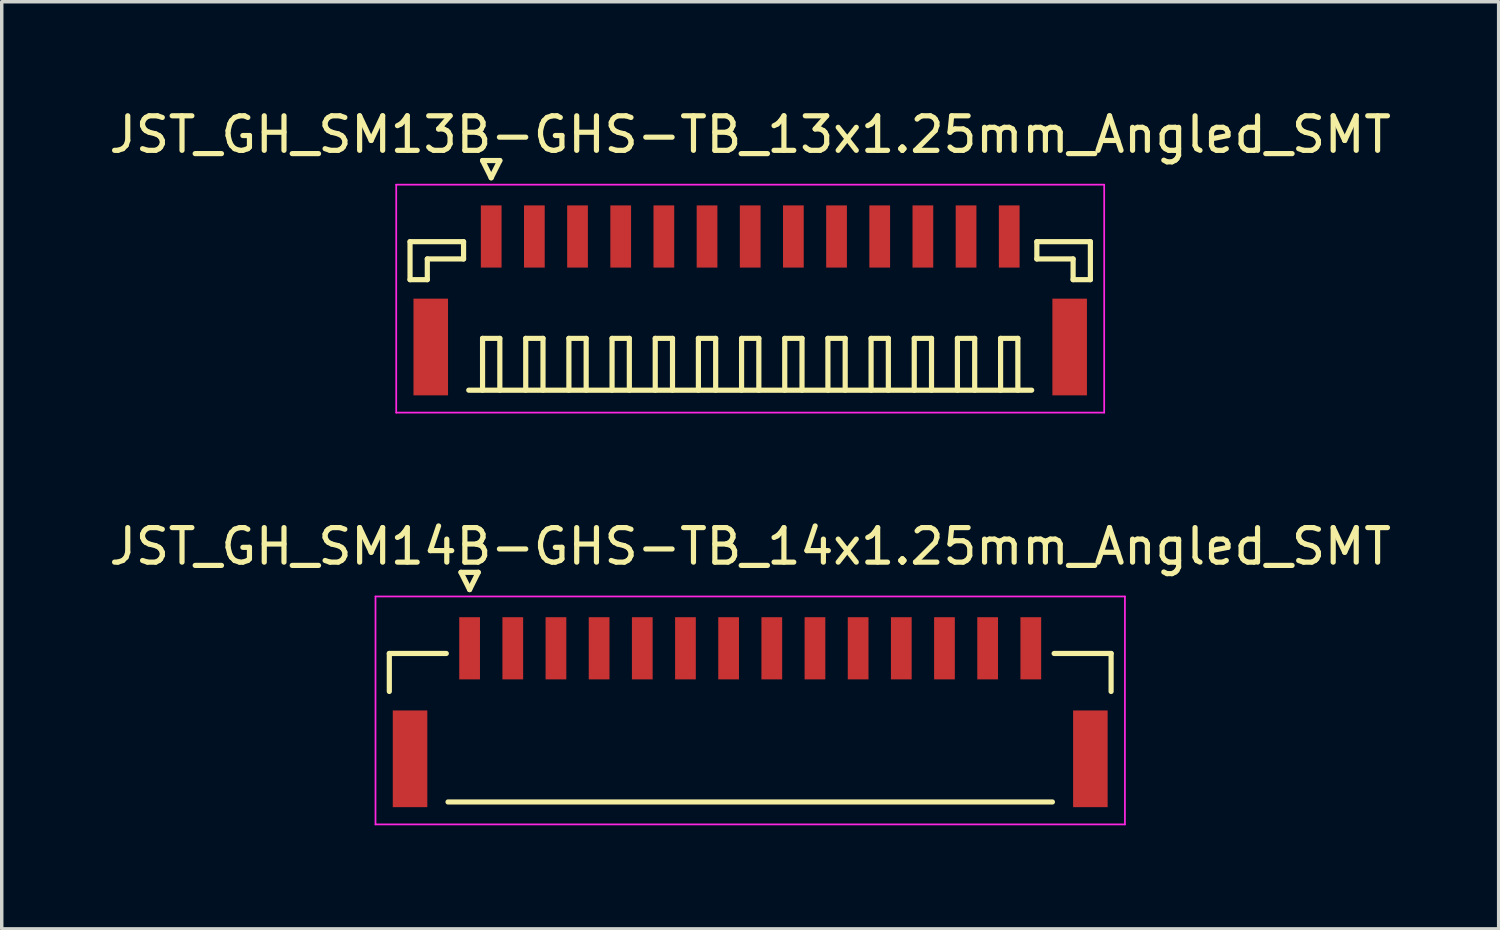
<source format=kicad_pcb>
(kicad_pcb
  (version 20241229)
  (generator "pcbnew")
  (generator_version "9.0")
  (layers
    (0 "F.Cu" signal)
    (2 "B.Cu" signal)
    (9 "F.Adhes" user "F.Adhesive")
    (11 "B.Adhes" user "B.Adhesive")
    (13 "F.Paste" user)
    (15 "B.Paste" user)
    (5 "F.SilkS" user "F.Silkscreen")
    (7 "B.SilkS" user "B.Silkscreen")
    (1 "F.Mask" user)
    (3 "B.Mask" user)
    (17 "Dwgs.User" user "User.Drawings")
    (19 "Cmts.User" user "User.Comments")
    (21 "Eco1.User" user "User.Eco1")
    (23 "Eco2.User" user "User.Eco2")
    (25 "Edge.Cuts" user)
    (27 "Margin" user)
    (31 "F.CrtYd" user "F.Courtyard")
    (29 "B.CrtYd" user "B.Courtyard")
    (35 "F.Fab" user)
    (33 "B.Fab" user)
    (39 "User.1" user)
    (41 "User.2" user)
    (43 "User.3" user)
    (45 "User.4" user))
  (footprint "JST_GH_SM14B-GHS-TB_14x1.25mm_Angled_SMT"
    (layer "F.Cu")
    (at 18.673 17.322)
    (property "Reference" "JST_GH_SM14B-GHS-TB_14x1.25mm_Angled_SMT" (at 0 -4.55 0) (layer "F.SilkS") (effects (font (size 1 1) (thickness 0.15))))
    (attr smd)
    (fp_line (start -10.45 -1.45) (end -8.8 -1.45) (stroke (width 0.15) (type solid)) (layer "F.SilkS"))
    (fp_line (start -10.45 -0.35) (end -10.45 -1.45) (stroke (width 0.15) (type solid)) (layer "F.SilkS"))
    (fp_line (start -8.75 2.85) (end 8.75 2.85) (stroke (width 0.15) (type solid)) (layer "F.SilkS"))
    (fp_line (start -8.375 -3.8) (end -7.875 -3.8) (stroke (width 0.15) (type solid)) (layer "F.SilkS"))
    (fp_line (start -8.125 -3.3) (end -8.375 -3.8) (stroke (width 0.15) (type solid)) (layer "F.SilkS"))
    (fp_line (start -7.875 -3.8) (end -8.125 -3.3) (stroke (width 0.15) (type solid)) (layer "F.SilkS"))
    (fp_line (start 10.45 -1.45) (end 8.8 -1.45) (stroke (width 0.15) (type solid)) (layer "F.SilkS"))
    (fp_line (start 10.45 -0.35) (end 10.45 -1.45) (stroke (width 0.15) (type solid)) (layer "F.SilkS"))
    (fp_line (start -10.85 -3.1) (end -10.85 3.5) (stroke (width 0.05) (type solid)) (layer "F.CrtYd"))
    (fp_line (start -10.85 3.5) (end 10.85 3.5) (stroke (width 0.05) (type solid)) (layer "F.CrtYd"))
    (fp_line (start 10.85 -3.1) (end -10.85 -3.1) (stroke (width 0.05) (type solid)) (layer "F.CrtYd"))
    (fp_line (start 10.85 3.5) (end 10.85 -3.1) (stroke (width 0.05) (type solid)) (layer "F.CrtYd"))
    (pad "" smd rect (at -9.85 1.6) (size 1 2.8) (layers "F.Cu" "F.Mask" "F.Paste"))
    (pad "" smd rect (at 9.85 1.6) (size 1 2.8) (layers "F.Cu" "F.Mask" "F.Paste"))
    (pad "1" smd rect (at -8.125 -1.6) (size 0.6 1.8) (layers "F.Cu" "F.Mask" "F.Paste"))
    (pad "2" smd rect (at -6.875 -1.6) (size 0.6 1.8) (layers "F.Cu" "F.Mask" "F.Paste"))
    (pad "3" smd rect (at -5.625 -1.6) (size 0.6 1.8) (layers "F.Cu" "F.Mask" "F.Paste"))
    (pad "4" smd rect (at -4.375 -1.6) (size 0.6 1.8) (layers "F.Cu" "F.Mask" "F.Paste"))
    (pad "5" smd rect (at -3.125 -1.6) (size 0.6 1.8) (layers "F.Cu" "F.Mask" "F.Paste"))
    (pad "6" smd rect (at -1.875 -1.6) (size 0.6 1.8) (layers "F.Cu" "F.Mask" "F.Paste"))
    (pad "7" smd rect (at -0.625 -1.6) (size 0.6 1.8) (layers "F.Cu" "F.Mask" "F.Paste"))
    (pad "8" smd rect (at 0.625 -1.6) (size 0.6 1.8) (layers "F.Cu" "F.Mask" "F.Paste"))
    (pad "9" smd rect (at 1.875 -1.6) (size 0.6 1.8) (layers "F.Cu" "F.Mask" "F.Paste"))
    (pad "10" smd rect (at 3.125 -1.6) (size 0.6 1.8) (layers "F.Cu" "F.Mask" "F.Paste"))
    (pad "11" smd rect (at 4.375 -1.6) (size 0.6 1.8) (layers "F.Cu" "F.Mask" "F.Paste"))
    (pad "12" smd rect (at 5.625 -1.6) (size 0.6 1.8) (layers "F.Cu" "F.Mask" "F.Paste"))
    (pad "13" smd rect (at 6.875 -1.6) (size 0.6 1.8) (layers "F.Cu" "F.Mask" "F.Paste"))
    (pad "14" smd rect (at 8.125 -1.6) (size 0.6 1.8) (layers "F.Cu" "F.Mask" "F.Paste")))
  (footprint "JST_GH_SM13B-GHS-TB_13x1.25mm_Angled_SMT"
    (layer "F.Cu")
    (at 18.673 5.398)
    (property "Reference" "JST_GH_SM13B-GHS-TB_13x1.25mm_Angled_SMT" (at 0 -4.55 0) (layer "F.SilkS") (effects (font (size 1 1) (thickness 0.15))))
    (attr smd)
    (fp_line (start -9.85 -1.45) (end -8.3 -1.45) (stroke (width 0.15) (type solid)) (layer "F.SilkS"))
    (fp_line (start -9.85 -0.35) (end -9.85 -1.45) (stroke (width 0.15) (type solid)) (layer "F.SilkS"))
    (fp_line (start -9.35 -0.95) (end -9.35 -0.35) (stroke (width 0.15) (type solid)) (layer "F.SilkS"))
    (fp_line (start -9.35 -0.35) (end -9.85 -0.35) (stroke (width 0.15) (type solid)) (layer "F.SilkS"))
    (fp_line (start -8.3 -1.45) (end -8.3 -0.95) (stroke (width 0.15) (type solid)) (layer "F.SilkS"))
    (fp_line (start -8.3 -0.95) (end -9.35 -0.95) (stroke (width 0.15) (type solid)) (layer "F.SilkS"))
    (fp_line (start -8.15 2.85) (end 8.15 2.85) (stroke (width 0.15) (type solid)) (layer "F.SilkS"))
    (fp_line (start -7.75 -3.8) (end -7.25 -3.8) (stroke (width 0.15) (type solid)) (layer "F.SilkS"))
    (fp_line (start -7.75 1.35) (end -7.25 1.35) (stroke (width 0.15) (type solid)) (layer "F.SilkS"))
    (fp_line (start -7.75 2.85) (end -7.75 1.35) (stroke (width 0.15) (type solid)) (layer "F.SilkS"))
    (fp_line (start -7.5 -3.3) (end -7.75 -3.8) (stroke (width 0.15) (type solid)) (layer "F.SilkS"))
    (fp_line (start -7.25 -3.8) (end -7.5 -3.3) (stroke (width 0.15) (type solid)) (layer "F.SilkS"))
    (fp_line (start -7.25 1.35) (end -7.25 2.85) (stroke (width 0.15) (type solid)) (layer "F.SilkS"))
    (fp_line (start -6.5 1.35) (end -6 1.35) (stroke (width 0.15) (type solid)) (layer "F.SilkS"))
    (fp_line (start -6.5 2.85) (end -6.5 1.35) (stroke (width 0.15) (type solid)) (layer "F.SilkS"))
    (fp_line (start -6 1.35) (end -6 2.85) (stroke (width 0.15) (type solid)) (layer "F.SilkS"))
    (fp_line (start -5.25 1.35) (end -4.75 1.35) (stroke (width 0.15) (type solid)) (layer "F.SilkS"))
    (fp_line (start -5.25 2.85) (end -5.25 1.35) (stroke (width 0.15) (type solid)) (layer "F.SilkS"))
    (fp_line (start -4.75 1.35) (end -4.75 2.85) (stroke (width 0.15) (type solid)) (layer "F.SilkS"))
    (fp_line (start -4 1.35) (end -3.5 1.35) (stroke (width 0.15) (type solid)) (layer "F.SilkS"))
    (fp_line (start -4 2.85) (end -4 1.35) (stroke (width 0.15) (type solid)) (layer "F.SilkS"))
    (fp_line (start -3.5 1.35) (end -3.5 2.85) (stroke (width 0.15) (type solid)) (layer "F.SilkS"))
    (fp_line (start -2.75 1.35) (end -2.25 1.35) (stroke (width 0.15) (type solid)) (layer "F.SilkS"))
    (fp_line (start -2.75 2.85) (end -2.75 1.35) (stroke (width 0.15) (type solid)) (layer "F.SilkS"))
    (fp_line (start -2.25 1.35) (end -2.25 2.85) (stroke (width 0.15) (type solid)) (layer "F.SilkS"))
    (fp_line (start -1.5 1.35) (end -1 1.35) (stroke (width 0.15) (type solid)) (layer "F.SilkS"))
    (fp_line (start -1.5 2.85) (end -1.5 1.35) (stroke (width 0.15) (type solid)) (layer "F.SilkS"))
    (fp_line (start -1 1.35) (end -1 2.85) (stroke (width 0.15) (type solid)) (layer "F.SilkS"))
    (fp_line (start -0.25 1.35) (end 0.25 1.35) (stroke (width 0.15) (type solid)) (layer "F.SilkS"))
    (fp_line (start -0.25 2.85) (end -0.25 1.35) (stroke (width 0.15) (type solid)) (layer "F.SilkS"))
    (fp_line (start 0.25 1.35) (end 0.25 2.85) (stroke (width 0.15) (type solid)) (layer "F.SilkS"))
    (fp_line (start 1 1.35) (end 1.5 1.35) (stroke (width 0.15) (type solid)) (layer "F.SilkS"))
    (fp_line (start 1 2.85) (end 1 1.35) (stroke (width 0.15) (type solid)) (layer "F.SilkS"))
    (fp_line (start 1.5 1.35) (end 1.5 2.85) (stroke (width 0.15) (type solid)) (layer "F.SilkS"))
    (fp_line (start 2.25 1.35) (end 2.75 1.35) (stroke (width 0.15) (type solid)) (layer "F.SilkS"))
    (fp_line (start 2.25 2.85) (end 2.25 1.35) (stroke (width 0.15) (type solid)) (layer "F.SilkS"))
    (fp_line (start 2.75 1.35) (end 2.75 2.85) (stroke (width 0.15) (type solid)) (layer "F.SilkS"))
    (fp_line (start 3.5 1.35) (end 4 1.35) (stroke (width 0.15) (type solid)) (layer "F.SilkS"))
    (fp_line (start 3.5 2.85) (end 3.5 1.35) (stroke (width 0.15) (type solid)) (layer "F.SilkS"))
    (fp_line (start 4 1.35) (end 4 2.85) (stroke (width 0.15) (type solid)) (layer "F.SilkS"))
    (fp_line (start 4.75 1.35) (end 5.25 1.35) (stroke (width 0.15) (type solid)) (layer "F.SilkS"))
    (fp_line (start 4.75 2.85) (end 4.75 1.35) (stroke (width 0.15) (type solid)) (layer "F.SilkS"))
    (fp_line (start 5.25 1.35) (end 5.25 2.85) (stroke (width 0.15) (type solid)) (layer "F.SilkS"))
    (fp_line (start 6 1.35) (end 6.5 1.35) (stroke (width 0.15) (type solid)) (layer "F.SilkS"))
    (fp_line (start 6 2.85) (end 6 1.35) (stroke (width 0.15) (type solid)) (layer "F.SilkS"))
    (fp_line (start 6.5 1.35) (end 6.5 2.85) (stroke (width 0.15) (type solid)) (layer "F.SilkS"))
    (fp_line (start 7.25 1.35) (end 7.75 1.35) (stroke (width 0.15) (type solid)) (layer "F.SilkS"))
    (fp_line (start 7.25 2.85) (end 7.25 1.35) (stroke (width 0.15) (type solid)) (layer "F.SilkS"))
    (fp_line (start 7.75 1.35) (end 7.75 2.85) (stroke (width 0.15) (type solid)) (layer "F.SilkS"))
    (fp_line (start 8.3 -1.45) (end 8.3 -0.95) (stroke (width 0.15) (type solid)) (layer "F.SilkS"))
    (fp_line (start 8.3 -0.95) (end 9.35 -0.95) (stroke (width 0.15) (type solid)) (layer "F.SilkS"))
    (fp_line (start 9.35 -0.95) (end 9.35 -0.35) (stroke (width 0.15) (type solid)) (layer "F.SilkS"))
    (fp_line (start 9.35 -0.35) (end 9.85 -0.35) (stroke (width 0.15) (type solid)) (layer "F.SilkS"))
    (fp_line (start 9.85 -1.45) (end 8.3 -1.45) (stroke (width 0.15) (type solid)) (layer "F.SilkS"))
    (fp_line (start 9.85 -0.35) (end 9.85 -1.45) (stroke (width 0.15) (type solid)) (layer "F.SilkS"))
    (fp_line (start -10.25 -3.1) (end -10.25 3.5) (stroke (width 0.05) (type solid)) (layer "F.CrtYd"))
    (fp_line (start -10.25 3.5) (end 10.25 3.5) (stroke (width 0.05) (type solid)) (layer "F.CrtYd"))
    (fp_line (start 10.25 -3.1) (end -10.25 -3.1) (stroke (width 0.05) (type solid)) (layer "F.CrtYd"))
    (fp_line (start 10.25 3.5) (end 10.25 -3.1) (stroke (width 0.05) (type solid)) (layer "F.CrtYd"))
    (pad "" smd rect (at -9.25 1.6) (size 1 2.8) (layers "F.Cu" "F.Mask" "F.Paste"))
    (pad "" smd rect (at 9.25 1.6) (size 1 2.8) (layers "F.Cu" "F.Mask" "F.Paste"))
    (pad "1" smd rect (at -7.5 -1.6) (size 0.6 1.8) (layers "F.Cu" "F.Mask" "F.Paste"))
    (pad "2" smd rect (at -6.25 -1.6) (size 0.6 1.8) (layers "F.Cu" "F.Mask" "F.Paste"))
    (pad "3" smd rect (at -5 -1.6) (size 0.6 1.8) (layers "F.Cu" "F.Mask" "F.Paste"))
    (pad "4" smd rect (at -3.75 -1.6) (size 0.6 1.8) (layers "F.Cu" "F.Mask" "F.Paste"))
    (pad "5" smd rect (at -2.5 -1.6) (size 0.6 1.8) (layers "F.Cu" "F.Mask" "F.Paste"))
    (pad "6" smd rect (at -1.25 -1.6) (size 0.6 1.8) (layers "F.Cu" "F.Mask" "F.Paste"))
    (pad "7" smd rect (at 0 -1.6) (size 0.6 1.8) (layers "F.Cu" "F.Mask" "F.Paste"))
    (pad "8" smd rect (at 1.25 -1.6) (size 0.6 1.8) (layers "F.Cu" "F.Mask" "F.Paste"))
    (pad "9" smd rect (at 2.5 -1.6) (size 0.6 1.8) (layers "F.Cu" "F.Mask" "F.Paste"))
    (pad "10" smd rect (at 3.75 -1.6) (size 0.6 1.8) (layers "F.Cu" "F.Mask" "F.Paste"))
    (pad "11" smd rect (at 5 -1.6) (size 0.6 1.8) (layers "F.Cu" "F.Mask" "F.Paste"))
    (pad "12" smd rect (at 6.25 -1.6) (size 0.6 1.8) (layers "F.Cu" "F.Mask" "F.Paste"))
    (pad "13" smd rect (at 7.5 -1.6) (size 0.6 1.8) (layers "F.Cu" "F.Mask" "F.Paste")))
  (gr_rect
    (start -3 -3)
    (end 40.345 23.846)
    (stroke (width 0.1) (type default))
    (fill no)
    (layer "Edge.Cuts")))
</source>
